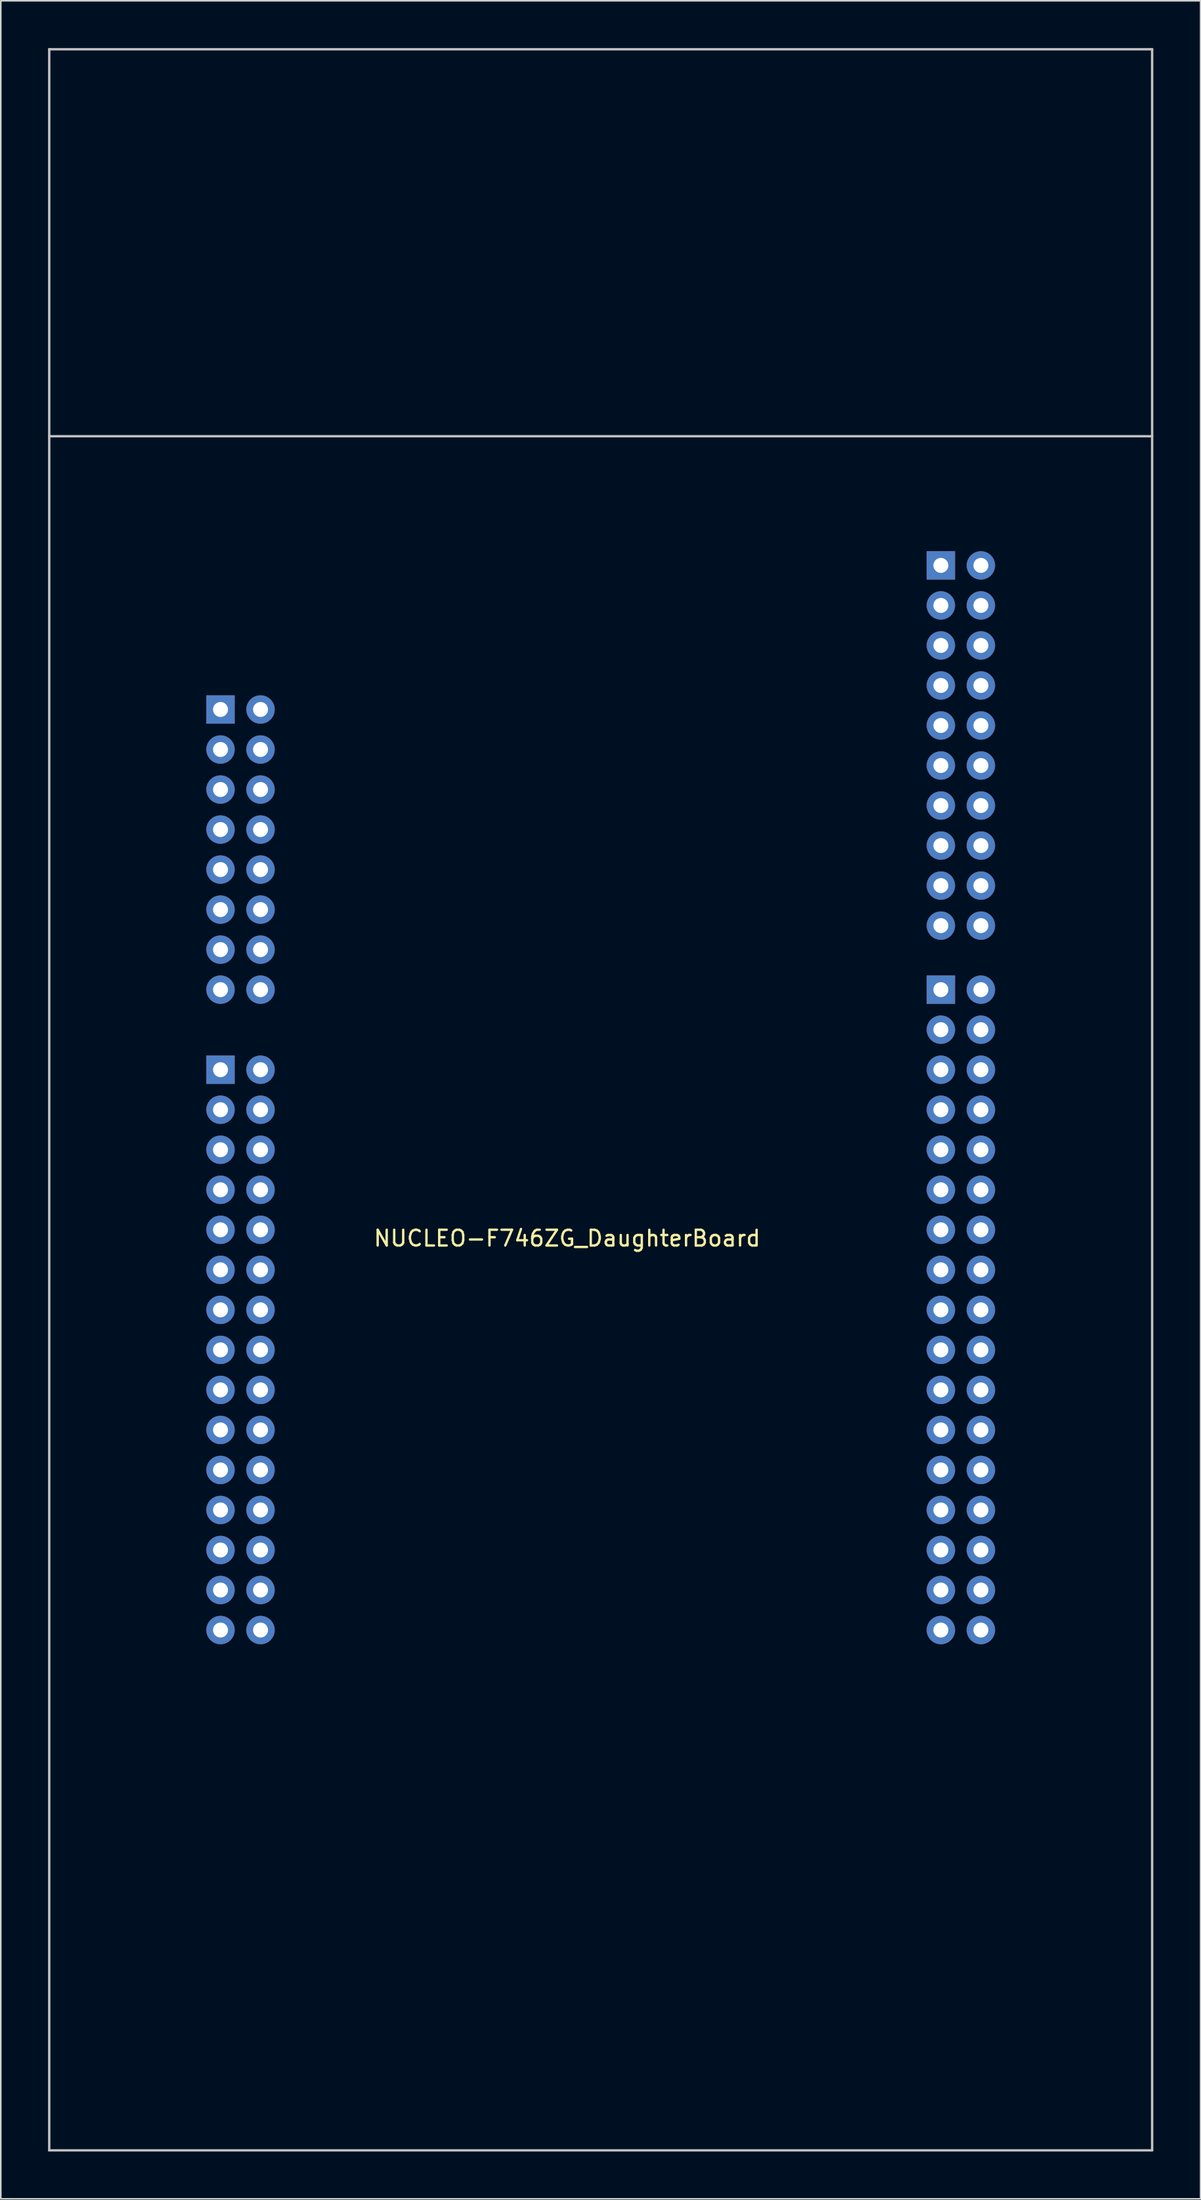
<source format=kicad_pcb>
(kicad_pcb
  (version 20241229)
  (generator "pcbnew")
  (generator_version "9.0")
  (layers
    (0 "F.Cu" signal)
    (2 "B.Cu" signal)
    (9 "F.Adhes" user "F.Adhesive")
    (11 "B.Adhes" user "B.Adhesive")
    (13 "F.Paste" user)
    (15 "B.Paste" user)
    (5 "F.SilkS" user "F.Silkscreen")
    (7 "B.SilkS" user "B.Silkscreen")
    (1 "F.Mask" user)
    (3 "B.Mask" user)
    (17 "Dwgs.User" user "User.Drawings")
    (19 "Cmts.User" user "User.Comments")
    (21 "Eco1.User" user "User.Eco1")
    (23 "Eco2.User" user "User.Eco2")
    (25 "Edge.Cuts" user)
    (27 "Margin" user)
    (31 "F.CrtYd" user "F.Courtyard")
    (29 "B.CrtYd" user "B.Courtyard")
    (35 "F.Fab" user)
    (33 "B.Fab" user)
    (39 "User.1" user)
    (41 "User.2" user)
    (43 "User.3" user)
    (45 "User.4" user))
  (footprint "NUCLEO-F746ZG_DaughterBoard"
    (layer "F.Cu")
    (at 10.945 100.395)
    (property "Reference" "NUCLEO-F746ZG_DaughterBoard" (at 22 -24.86 0) (layer "F.SilkS") (effects (font (size 1 1) (thickness 0.15))))
    (attr through_hole)
    (fp_line (start -10.87 -100.32) (end -10.87 33.02) (stroke (width 0.15) (type solid)) (layer "Dwgs.User"))
    (fp_line (start -10.87 -75.76) (end 59.13 -75.76) (stroke (width 0.15) (type solid)) (layer "Dwgs.User"))
    (fp_line (start -10.87 33.02) (end 59.13 33.02) (stroke (width 0.15) (type solid)) (layer "Dwgs.User"))
    (fp_line (start 59.13 -100.32) (end -10.87 -100.32) (stroke (width 0.15) (type solid)) (layer "Dwgs.User"))
    (fp_line (start 59.13 33.02) (end 59.13 -100.32) (stroke (width 0.15) (type solid)) (layer "Dwgs.User"))
    (pad "A1" thru_hole rect (at 0 -58.42) (size 1.8 1.8) (drill 0.95) (layers "*.Cu" "*.Mask"))
    (pad "A2" thru_hole circle (at 2.54 -58.42) (size 1.8 1.8) (drill 0.95) (layers "*.Cu" "*.Mask"))
    (pad "A3" thru_hole circle (at 0 -55.88) (size 1.8 1.8) (drill 0.95) (layers "*.Cu" "*.Mask"))
    (pad "A4" thru_hole circle (at 2.54 -55.88) (size 1.8 1.8) (drill 0.95) (layers "*.Cu" "*.Mask"))
    (pad "A5" thru_hole circle (at 0 -53.34) (size 1.8 1.8) (drill 0.95) (layers "*.Cu" "*.Mask"))
    (pad "A6" thru_hole circle (at 2.54 -53.34) (size 1.8 1.8) (drill 0.95) (layers "*.Cu" "*.Mask"))
    (pad "A7" thru_hole circle (at 0 -50.8) (size 1.8 1.8) (drill 0.95) (layers "*.Cu" "*.Mask"))
    (pad "A8" thru_hole circle (at 2.54 -50.8) (size 1.8 1.8) (drill 0.95) (layers "*.Cu" "*.Mask"))
    (pad "A9" thru_hole circle (at 0 -48.26) (size 1.8 1.8) (drill 0.95) (layers "*.Cu" "*.Mask"))
    (pad "A10" thru_hole circle (at 2.54 -48.26) (size 1.8 1.8) (drill 0.95) (layers "*.Cu" "*.Mask"))
    (pad "A11" thru_hole circle (at 0 -45.72) (size 1.8 1.8) (drill 0.95) (layers "*.Cu" "*.Mask"))
    (pad "A12" thru_hole circle (at 2.54 -45.72) (size 1.8 1.8) (drill 0.95) (layers "*.Cu" "*.Mask"))
    (pad "A13" thru_hole circle (at 0 -43.18) (size 1.8 1.8) (drill 0.95) (layers "*.Cu" "*.Mask"))
    (pad "A14" thru_hole circle (at 2.54 -43.18) (size 1.8 1.8) (drill 0.95) (layers "*.Cu" "*.Mask"))
    (pad "A15" thru_hole circle (at 0 -40.64) (size 1.8 1.8) (drill 0.95) (layers "*.Cu" "*.Mask"))
    (pad "A16" thru_hole circle (at 2.54 -40.64) (size 1.8 1.8) (drill 0.95) (layers "*.Cu" "*.Mask"))
    (pad "B1" thru_hole rect (at 45.72 -67.564) (size 1.8 1.8) (drill 0.95) (layers "*.Cu" "*.Mask"))
    (pad "B2" thru_hole circle (at 48.26 -67.564) (size 1.8 1.8) (drill 0.95) (layers "*.Cu" "*.Mask"))
    (pad "B3" thru_hole circle (at 45.72 -65.024) (size 1.8 1.8) (drill 0.95) (layers "*.Cu" "*.Mask"))
    (pad "B4" thru_hole circle (at 48.26 -65.024) (size 1.8 1.8) (drill 0.95) (layers "*.Cu" "*.Mask"))
    (pad "B5" thru_hole circle (at 45.72 -62.484) (size 1.8 1.8) (drill 0.95) (layers "*.Cu" "*.Mask"))
    (pad "B6" thru_hole circle (at 48.26 -62.484) (size 1.8 1.8) (drill 0.95) (layers "*.Cu" "*.Mask"))
    (pad "B7" thru_hole circle (at 45.72 -59.944) (size 1.8 1.8) (drill 0.95) (layers "*.Cu" "*.Mask"))
    (pad "B8" thru_hole circle (at 48.26 -59.944) (size 1.8 1.8) (drill 0.95) (layers "*.Cu" "*.Mask"))
    (pad "B9" thru_hole circle (at 45.72 -57.404) (size 1.8 1.8) (drill 0.95) (layers "*.Cu" "*.Mask"))
    (pad "B10" thru_hole circle (at 48.26 -57.404) (size 1.8 1.8) (drill 0.95) (layers "*.Cu" "*.Mask"))
    (pad "B11" thru_hole circle (at 45.72 -54.864) (size 1.8 1.8) (drill 0.95) (layers "*.Cu" "*.Mask"))
    (pad "B12" thru_hole circle (at 48.26 -54.864) (size 1.8 1.8) (drill 0.95) (layers "*.Cu" "*.Mask"))
    (pad "B13" thru_hole circle (at 45.72 -52.324) (size 1.8 1.8) (drill 0.95) (layers "*.Cu" "*.Mask"))
    (pad "B14" thru_hole circle (at 48.26 -52.324 90) (size 1.8 1.8) (drill 0.95) (layers "*.Cu" "*.Mask"))
    (pad "B15" thru_hole circle (at 45.72 -49.784) (size 1.8 1.8) (drill 0.95) (layers "*.Cu" "*.Mask"))
    (pad "B16" thru_hole circle (at 48.26 -49.784) (size 1.8 1.8) (drill 0.95) (layers "*.Cu" "*.Mask"))
    (pad "B17" thru_hole circle (at 45.72 -47.244) (size 1.8 1.8) (drill 0.95) (layers "*.Cu" "*.Mask"))
    (pad "B18" thru_hole circle (at 48.26 -47.244) (size 1.8 1.8) (drill 0.95) (layers "*.Cu" "*.Mask"))
    (pad "B19" thru_hole circle (at 45.72 -44.704) (size 1.8 1.8) (drill 0.95) (layers "*.Cu" "*.Mask"))
    (pad "B20" thru_hole circle (at 48.26 -44.704) (size 1.8 1.8) (drill 0.95) (layers "*.Cu" "*.Mask"))
    (pad "C1" thru_hole rect (at 0 -35.56) (size 1.8 1.8) (drill 0.95) (layers "*.Cu" "*.Mask"))
    (pad "C2" thru_hole circle (at 2.54 -35.56) (size 1.8 1.8) (drill 0.95) (layers "*.Cu" "*.Mask"))
    (pad "C3" thru_hole circle (at 0 -33.02) (size 1.8 1.8) (drill 0.95) (layers "*.Cu" "*.Mask"))
    (pad "C4" thru_hole circle (at 2.54 -33.02) (size 1.8 1.8) (drill 0.95) (layers "*.Cu" "*.Mask"))
    (pad "C5" thru_hole circle (at 0 -30.48) (size 1.8 1.8) (drill 0.95) (layers "*.Cu" "*.Mask"))
    (pad "C6" thru_hole circle (at 2.54 -30.48) (size 1.8 1.8) (drill 0.95) (layers "*.Cu" "*.Mask"))
    (pad "C7" thru_hole circle (at 0 -27.94) (size 1.8 1.8) (drill 0.95) (layers "*.Cu" "*.Mask"))
    (pad "C8" thru_hole circle (at 2.54 -27.94) (size 1.8 1.8) (drill 0.95) (layers "*.Cu" "*.Mask"))
    (pad "C9" thru_hole circle (at 0 -25.4) (size 1.8 1.8) (drill 0.95) (layers "*.Cu" "*.Mask"))
    (pad "C10" thru_hole circle (at 2.54 -25.4) (size 1.8 1.8) (drill 0.95) (layers "*.Cu" "*.Mask"))
    (pad "C11" thru_hole circle (at 0 -22.86) (size 1.8 1.8) (drill 0.95) (layers "*.Cu" "*.Mask"))
    (pad "C12" thru_hole circle (at 2.54 -22.86) (size 1.8 1.8) (drill 0.95) (layers "*.Cu" "*.Mask"))
    (pad "C13" thru_hole circle (at 0 -20.32) (size 1.8 1.8) (drill 0.95) (layers "*.Cu" "*.Mask"))
    (pad "C14" thru_hole circle (at 2.54 -20.32) (size 1.8 1.8) (drill 0.95) (layers "*.Cu" "*.Mask"))
    (pad "C15" thru_hole circle (at 0 -17.78) (size 1.8 1.8) (drill 0.95) (layers "*.Cu" "*.Mask"))
    (pad "C16" thru_hole circle (at 2.54 -17.78) (size 1.8 1.8) (drill 0.95) (layers "*.Cu" "*.Mask"))
    (pad "C17" thru_hole circle (at 0 -15.24) (size 1.8 1.8) (drill 0.95) (layers "*.Cu" "*.Mask"))
    (pad "C18" thru_hole circle (at 2.54 -15.24) (size 1.8 1.8) (drill 0.95) (layers "*.Cu" "*.Mask"))
    (pad "C19" thru_hole circle (at 0 -12.7) (size 1.8 1.8) (drill 0.95) (layers "*.Cu" "*.Mask"))
    (pad "C20" thru_hole circle (at 2.54 -12.7) (size 1.8 1.8) (drill 0.95) (layers "*.Cu" "*.Mask"))
    (pad "C21" thru_hole circle (at 0 -10.16) (size 1.8 1.8) (drill 0.95) (layers "*.Cu" "*.Mask"))
    (pad "C22" thru_hole circle (at 2.54 -10.16) (size 1.8 1.8) (drill 0.95) (layers "*.Cu" "*.Mask"))
    (pad "C23" thru_hole circle (at 0 -7.62) (size 1.8 1.8) (drill 0.95) (layers "*.Cu" "*.Mask"))
    (pad "C24" thru_hole circle (at 2.54 -7.62) (size 1.8 1.8) (drill 0.95) (layers "*.Cu" "*.Mask"))
    (pad "C25" thru_hole circle (at 0 -5.08) (size 1.8 1.8) (drill 0.95) (layers "*.Cu" "*.Mask"))
    (pad "C26" thru_hole circle (at 2.54 -5.08) (size 1.8 1.8) (drill 0.95) (layers "*.Cu" "*.Mask"))
    (pad "C27" thru_hole circle (at 0 -2.54) (size 1.8 1.8) (drill 0.95) (layers "*.Cu" "*.Mask"))
    (pad "C28" thru_hole circle (at 2.54 -2.54) (size 1.8 1.8) (drill 0.95) (layers "*.Cu" "*.Mask"))
    (pad "C29" thru_hole circle (at 0 0) (size 1.8 1.8) (drill 0.95) (layers "*.Cu" "*.Mask"))
    (pad "C30" thru_hole circle (at 2.54 0) (size 1.8 1.8) (drill 0.95) (layers "*.Cu" "*.Mask"))
    (pad "D1" thru_hole rect (at 45.72 -40.64) (size 1.8 1.8) (drill 0.95) (layers "*.Cu" "*.Mask"))
    (pad "D2" thru_hole circle (at 48.26 -40.64) (size 1.8 1.8) (drill 0.95) (layers "*.Cu" "*.Mask"))
    (pad "D3" thru_hole circle (at 45.72 -38.1) (size 1.8 1.8) (drill 0.95) (layers "*.Cu" "*.Mask"))
    (pad "D4" thru_hole circle (at 48.26 -38.1) (size 1.8 1.8) (drill 0.95) (layers "*.Cu" "*.Mask"))
    (pad "D5" thru_hole circle (at 45.72 -35.56) (size 1.8 1.8) (drill 0.95) (layers "*.Cu" "*.Mask"))
    (pad "D6" thru_hole circle (at 48.26 -35.56) (size 1.8 1.8) (drill 0.95) (layers "*.Cu" "*.Mask"))
    (pad "D7" thru_hole circle (at 45.72 -33.02) (size 1.8 1.8) (drill 0.95) (layers "*.Cu" "*.Mask"))
    (pad "D8" thru_hole circle (at 48.26 -33.02) (size 1.8 1.8) (drill 0.95) (layers "*.Cu" "*.Mask"))
    (pad "D9" thru_hole circle (at 45.72 -30.48) (size 1.8 1.8) (drill 0.95) (layers "*.Cu" "*.Mask"))
    (pad "D10" thru_hole circle (at 48.26 -30.48) (size 1.8 1.8) (drill 0.95) (layers "*.Cu" "*.Mask"))
    (pad "D11" thru_hole circle (at 45.72 -27.94) (size 1.8 1.8) (drill 0.95) (layers "*.Cu" "*.Mask"))
    (pad "D12" thru_hole circle (at 48.26 -27.94) (size 1.8 1.8) (drill 0.95) (layers "*.Cu" "*.Mask"))
    (pad "D13" thru_hole circle (at 45.72 -25.4) (size 1.8 1.8) (drill 0.95) (layers "*.Cu" "*.Mask"))
    (pad "D14" thru_hole circle (at 48.26 -25.4) (size 1.8 1.8) (drill 0.95) (layers "*.Cu" "*.Mask"))
    (pad "D15" thru_hole circle (at 45.72 -22.86 90) (size 1.8 1.8) (drill 0.95) (layers "*.Cu" "*.Mask"))
    (pad "D16" thru_hole circle (at 48.26 -22.86) (size 1.8 1.8) (drill 0.95) (layers "*.Cu" "*.Mask"))
    (pad "D17" thru_hole circle (at 45.72 -20.32) (size 1.8 1.8) (drill 0.95) (layers "*.Cu" "*.Mask"))
    (pad "D18" thru_hole circle (at 48.26 -20.32 90) (size 1.8 1.8) (drill 0.95) (layers "*.Cu" "*.Mask"))
    (pad "D19" thru_hole circle (at 45.72 -17.78) (size 1.8 1.8) (drill 0.95) (layers "*.Cu" "*.Mask"))
    (pad "D20" thru_hole circle (at 48.26 -17.78) (size 1.8 1.8) (drill 0.95) (layers "*.Cu" "*.Mask"))
    (pad "D21" thru_hole circle (at 45.72 -15.24) (size 1.8 1.8) (drill 0.95) (layers "*.Cu" "*.Mask"))
    (pad "D22" thru_hole circle (at 48.26 -15.24) (size 1.8 1.8) (drill 0.95) (layers "*.Cu" "*.Mask"))
    (pad "D23" thru_hole circle (at 45.72 -12.7) (size 1.8 1.8) (drill 0.95) (layers "*.Cu" "*.Mask"))
    (pad "D24" thru_hole circle (at 48.26 -12.7) (size 1.8 1.8) (drill 0.95) (layers "*.Cu" "*.Mask"))
    (pad "D25" thru_hole circle (at 45.72 -10.16) (size 1.8 1.8) (drill 0.95) (layers "*.Cu" "*.Mask"))
    (pad "D26" thru_hole circle (at 48.26 -10.16) (size 1.8 1.8) (drill 0.95) (layers "*.Cu" "*.Mask"))
    (pad "D27" thru_hole circle (at 45.72 -7.62) (size 1.8 1.8) (drill 0.95) (layers "*.Cu" "*.Mask"))
    (pad "D28" thru_hole circle (at 48.26 -7.62) (size 1.8 1.8) (drill 0.95) (layers "*.Cu" "*.Mask"))
    (pad "D29" thru_hole circle (at 45.72 -5.08) (size 1.8 1.8) (drill 0.95) (layers "*.Cu" "*.Mask"))
    (pad "D30" thru_hole circle (at 48.26 -5.08) (size 1.8 1.8) (drill 0.95) (layers "*.Cu" "*.Mask"))
    (pad "D31" thru_hole circle (at 45.72 -2.54) (size 1.8 1.8) (drill 0.95) (layers "*.Cu" "*.Mask"))
    (pad "D32" thru_hole circle (at 48.26 -2.54) (size 1.8 1.8) (drill 0.95) (layers "*.Cu" "*.Mask"))
    (pad "D33" thru_hole circle (at 45.72 0) (size 1.8 1.8) (drill 0.95) (layers "*.Cu" "*.Mask"))
    (pad "D34" thru_hole circle (at 48.26 0) (size 1.8 1.8) (drill 0.95) (layers "*.Cu" "*.Mask")))
  (gr_rect
    (start -3 -3)
    (end 73.15 136.49)
    (stroke (width 0.1) (type default))
    (fill no)
    (layer "Edge.Cuts")))
</source>
